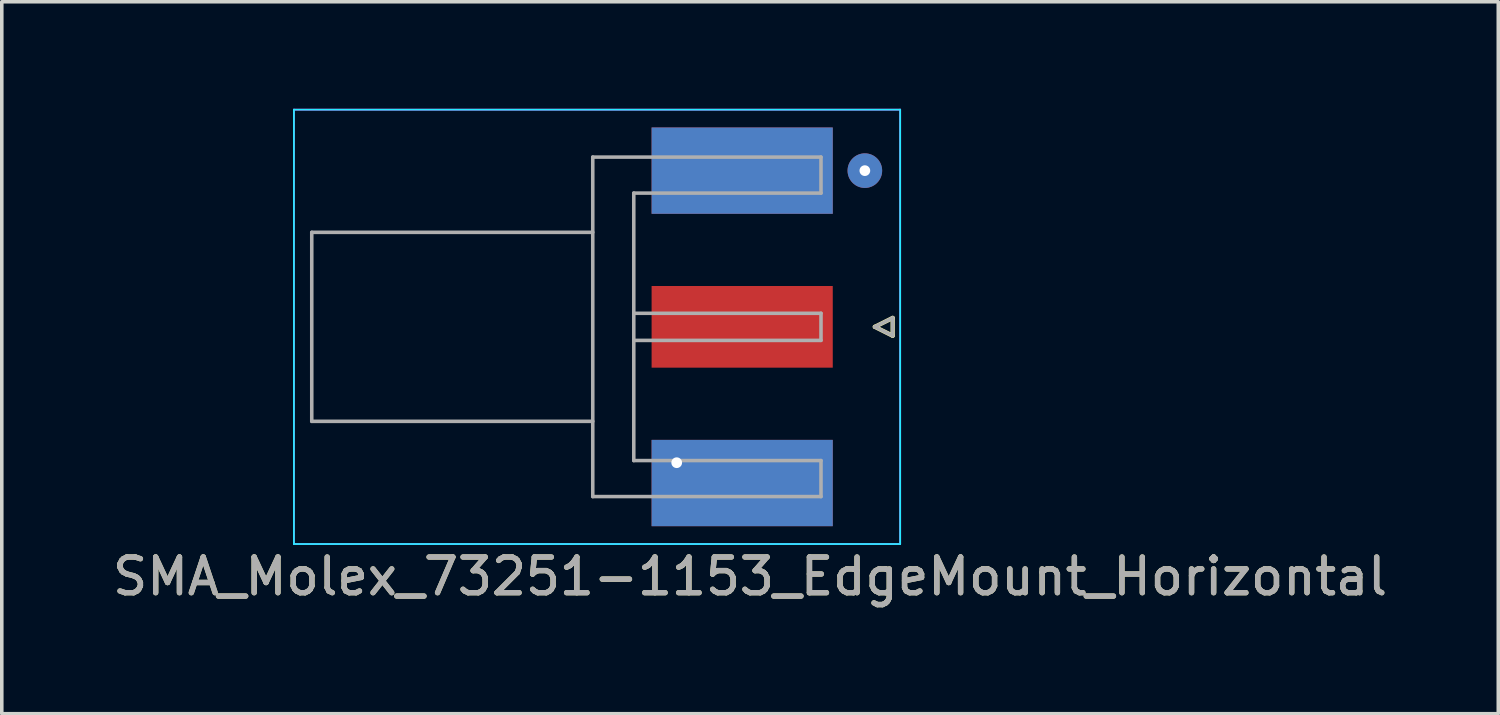
<source format=kicad_pcb>
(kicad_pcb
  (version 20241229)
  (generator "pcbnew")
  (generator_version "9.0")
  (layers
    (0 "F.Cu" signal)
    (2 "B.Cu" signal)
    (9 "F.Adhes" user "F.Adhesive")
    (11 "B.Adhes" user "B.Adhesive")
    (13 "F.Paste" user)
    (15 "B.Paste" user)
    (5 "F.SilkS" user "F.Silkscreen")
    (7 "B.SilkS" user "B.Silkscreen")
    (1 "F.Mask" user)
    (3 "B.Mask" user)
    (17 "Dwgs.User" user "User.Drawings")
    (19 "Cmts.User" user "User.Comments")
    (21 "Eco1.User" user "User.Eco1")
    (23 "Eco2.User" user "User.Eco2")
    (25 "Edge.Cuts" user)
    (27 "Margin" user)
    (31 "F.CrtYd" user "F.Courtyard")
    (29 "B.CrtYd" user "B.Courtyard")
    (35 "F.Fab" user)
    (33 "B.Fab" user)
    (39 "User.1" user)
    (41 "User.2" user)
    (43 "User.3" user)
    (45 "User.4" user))
  (footprint "SMA_Molex_73251-1153_EdgeMount_Horizontal"
    (layer "F.Cu")
    (at 19.482 6.115)
    (property "Reference" "SMA_Molex_73251-1153_EdgeMount_Horizontal" (at -1.5 7 0) (layer "F.SilkS") (effects (font (size 1 1) (thickness 0.15))))
    (attr smd)
    (fp_line (start 2 0) (end 2.5 -0.25) (stroke (width 0.12) (type solid)) (layer "F.SilkS"))
    (fp_line (start 2.5 -0.25) (end 2.5 0.25) (stroke (width 0.12) (type solid)) (layer "F.SilkS"))
    (fp_line (start 2.5 0.25) (end 2 0) (stroke (width 0.12) (type solid)) (layer "F.SilkS"))
    (fp_line (start -14.29 -6.09) (end -14.29 6.09) (stroke (width 0.05) (type solid)) (layer "B.CrtYd"))
    (fp_line (start -14.29 -6.09) (end 2.71 -6.09) (stroke (width 0.05) (type solid)) (layer "B.CrtYd"))
    (fp_line (start -14.29 6.09) (end 2.71 6.09) (stroke (width 0.05) (type solid)) (layer "B.CrtYd"))
    (fp_line (start 2.71 -6.09) (end 2.71 6.09) (stroke (width 0.05) (type solid)) (layer "B.CrtYd"))
    (fp_line (start -14.29 -6.09) (end -14.29 6.09) (stroke (width 0.05) (type solid)) (layer "F.CrtYd"))
    (fp_line (start -14.29 6.09) (end 2.71 6.09) (stroke (width 0.05) (type solid)) (layer "F.CrtYd"))
    (fp_line (start 2.71 -6.09) (end -14.29 -6.09) (stroke (width 0.05) (type solid)) (layer "F.CrtYd"))
    (fp_line (start 2.71 -6.09) (end 2.71 6.09) (stroke (width 0.05) (type solid)) (layer "F.CrtYd"))
    (fp_line (start -13.79 -2.65) (end -13.79 2.65) (stroke (width 0.1) (type solid)) (layer "F.Fab"))
    (fp_line (start -13.79 -2.65) (end -5.91 -2.65) (stroke (width 0.1) (type solid)) (layer "F.Fab"))
    (fp_line (start -13.79 2.65) (end -5.91 2.65) (stroke (width 0.1) (type solid)) (layer "F.Fab"))
    (fp_line (start -5.91 -4.76) (end -5.91 4.76) (stroke (width 0.1) (type solid)) (layer "F.Fab"))
    (fp_line (start -5.91 4.76) (end 0.49 4.76) (stroke (width 0.1) (type solid)) (layer "F.Fab"))
    (fp_line (start -4.76 -3.75) (end -4.76 3.75) (stroke (width 0.1) (type solid)) (layer "F.Fab"))
    (fp_line (start -4.76 -3.75) (end 0.49 -3.75) (stroke (width 0.1) (type solid)) (layer "F.Fab"))
    (fp_line (start -4.76 -0.38) (end 0.49 -0.38) (stroke (width 0.1) (type solid)) (layer "F.Fab"))
    (fp_line (start -4.76 0.38) (end 0.49 0.38) (stroke (width 0.1) (type solid)) (layer "F.Fab"))
    (fp_line (start -4.76 3.75) (end 0.49 3.75) (stroke (width 0.1) (type solid)) (layer "F.Fab"))
    (fp_line (start 0.49 -4.76) (end -5.91 -4.76) (stroke (width 0.1) (type solid)) (layer "F.Fab"))
    (fp_line (start 0.49 -4.76) (end 0.49 -3.75) (stroke (width 0.1) (type solid)) (layer "F.Fab"))
    (fp_line (start 0.49 -0.38) (end 0.49 0.38) (stroke (width 0.1) (type solid)) (layer "F.Fab"))
    (fp_line (start 0.49 3.75) (end 0.49 4.76) (stroke (width 0.1) (type solid)) (layer "F.Fab"))
    (fp_line (start 2 0) (end 2.5 0.25) (stroke (width 0.1) (type solid)) (layer "F.Fab"))
    (fp_line (start 2.5 -0.25) (end 2 0) (stroke (width 0.1) (type solid)) (layer "F.Fab"))
    (fp_line (start 2.5 0.25) (end 2.5 -0.25) (stroke (width 0.1) (type solid)) (layer "F.Fab"))
    (fp_text user "${REFERENCE}" (at -1.5 7 0) (layer "F.Fab") (effects (font (size 1 1) (thickness 0.15))))
    (pad "1" smd rect (at -1.72 0) (size 5.08 2.29) (layers "F.Cu" "F.Mask" "F.Paste"))
    (pad "2" thru_hole circle (at -3.556 3.81) (size 0.97 0.97) (drill 0.3) (layers "*.Cu"))
    (pad "2" smd rect (at -1.72 -4.38) (size 5.08 2.42) (layers "F.Cu" "F.Mask" "F.Paste"))
    (pad "2" smd rect (at -1.72 -4.38) (size 5.08 2.42) (layers "B.Cu" "B.Mask" "B.Paste"))
    (pad "2" smd rect (at -1.72 4.38) (size 5.08 2.42) (layers "F.Cu" "F.Mask" "F.Paste"))
    (pad "2" smd rect (at -1.72 4.38) (size 5.08 2.42) (layers "B.Cu" "B.Mask" "B.Paste"))
    (pad "2" thru_hole circle (at 1.72 -4.38) (size 0.97 0.97) (drill 0.3) (layers "*.Cu")))
  (gr_rect
    (start -3 -3)
    (end 38.964 16.963)
    (stroke (width 0.1) (type default))
    (fill no)
    (layer "Edge.Cuts")))
</source>
